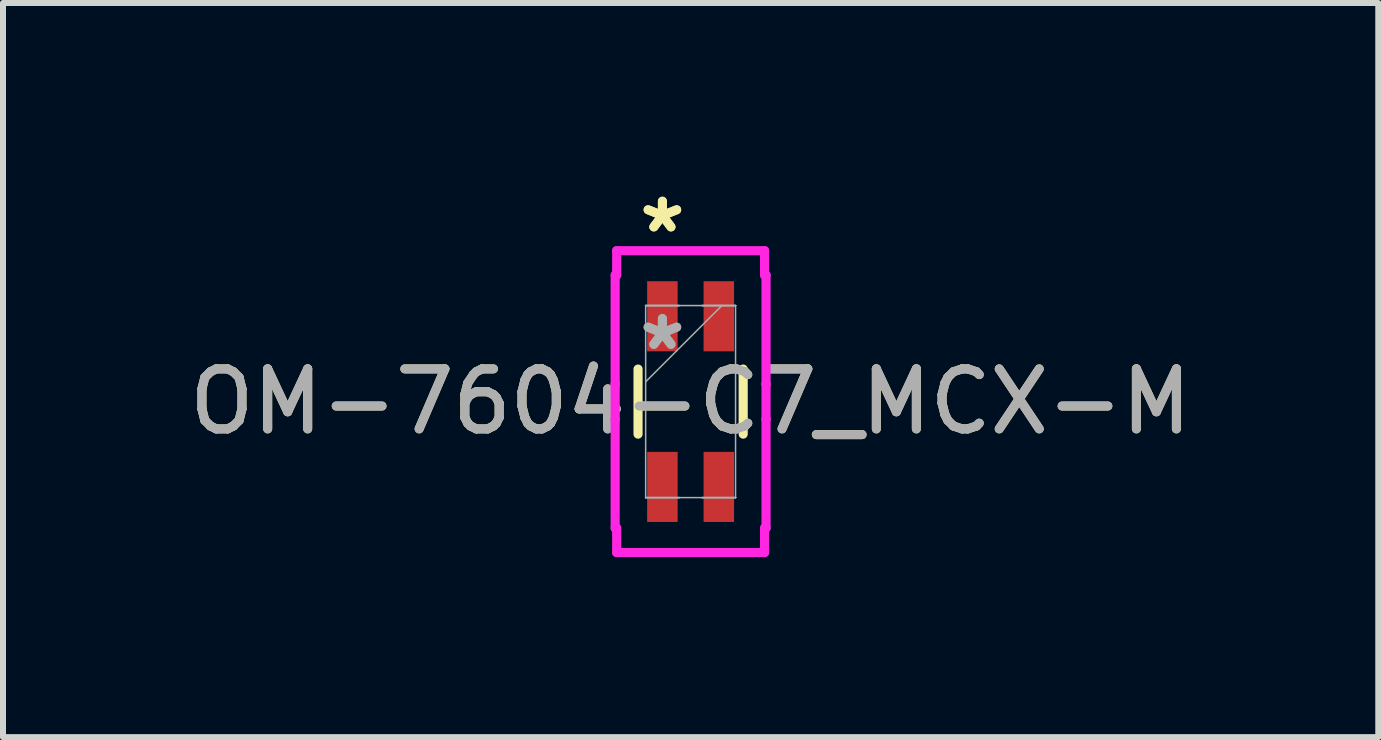
<source format=kicad_pcb>
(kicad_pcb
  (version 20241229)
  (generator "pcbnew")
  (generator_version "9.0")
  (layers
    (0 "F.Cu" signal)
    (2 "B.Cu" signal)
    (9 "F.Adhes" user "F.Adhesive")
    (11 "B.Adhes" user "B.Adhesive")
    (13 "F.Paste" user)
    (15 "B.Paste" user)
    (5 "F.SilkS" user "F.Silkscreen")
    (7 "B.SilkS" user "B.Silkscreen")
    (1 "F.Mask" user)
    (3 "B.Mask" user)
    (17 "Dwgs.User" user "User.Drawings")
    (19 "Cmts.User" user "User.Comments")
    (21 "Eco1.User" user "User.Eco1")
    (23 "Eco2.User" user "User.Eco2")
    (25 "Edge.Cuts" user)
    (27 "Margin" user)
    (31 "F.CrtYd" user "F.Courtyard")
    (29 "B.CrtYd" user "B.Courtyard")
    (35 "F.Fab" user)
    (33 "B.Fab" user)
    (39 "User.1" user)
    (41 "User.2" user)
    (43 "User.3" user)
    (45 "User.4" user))
  (footprint "OM-7604-C7_MCX-M"
    (layer "F.Cu")
    (at 8.458 3.642)
    (property "Reference" "OM-7604-C7_MCX-M" (at 0 0 0) (unlocked yes) (layer "F.SilkS") (effects (font (size 1 1) (thickness 0.15))))
    (attr smd)
    (fp_line (start -0.876 -0.542) (end -0.876 0.542) (stroke (width 0.152) (type solid)) (layer "F.SilkS"))
    (fp_line (start 0.876 0.542) (end 0.876 -0.542) (stroke (width 0.152) (type solid)) (layer "F.SilkS"))
    (fp_line (start -1.257 -2.108) (end -1.232 -2.108) (stroke (width 0.152) (type solid)) (layer "F.CrtYd"))
    (fp_line (start -1.257 -0.292) (end -1.257 -2.108) (stroke (width 0.152) (type solid)) (layer "F.CrtYd"))
    (fp_line (start -1.257 -0.292) (end -1.257 -0.292) (stroke (width 0.152) (type solid)) (layer "F.CrtYd"))
    (fp_line (start -1.257 0.292) (end -1.257 -0.292) (stroke (width 0.152) (type solid)) (layer "F.CrtYd"))
    (fp_line (start -1.257 0.292) (end -1.257 0.292) (stroke (width 0.152) (type solid)) (layer "F.CrtYd"))
    (fp_line (start -1.257 2.108) (end -1.257 0.292) (stroke (width 0.152) (type solid)) (layer "F.CrtYd"))
    (fp_line (start -1.232 -2.515) (end 1.232 -2.515) (stroke (width 0.152) (type solid)) (layer "F.CrtYd"))
    (fp_line (start -1.232 -2.108) (end -1.232 -2.515) (stroke (width 0.152) (type solid)) (layer "F.CrtYd"))
    (fp_line (start -1.232 2.108) (end -1.257 2.108) (stroke (width 0.152) (type solid)) (layer "F.CrtYd"))
    (fp_line (start -1.232 2.515) (end -1.232 2.108) (stroke (width 0.152) (type solid)) (layer "F.CrtYd"))
    (fp_line (start 1.232 -2.515) (end 1.232 -2.108) (stroke (width 0.152) (type solid)) (layer "F.CrtYd"))
    (fp_line (start 1.232 -2.108) (end 1.257 -2.108) (stroke (width 0.152) (type solid)) (layer "F.CrtYd"))
    (fp_line (start 1.232 2.108) (end 1.232 2.515) (stroke (width 0.152) (type solid)) (layer "F.CrtYd"))
    (fp_line (start 1.232 2.515) (end -1.232 2.515) (stroke (width 0.152) (type solid)) (layer "F.CrtYd"))
    (fp_line (start 1.257 -2.108) (end 1.257 -0.292) (stroke (width 0.152) (type solid)) (layer "F.CrtYd"))
    (fp_line (start 1.257 -0.292) (end 1.257 -0.292) (stroke (width 0.152) (type solid)) (layer "F.CrtYd"))
    (fp_line (start 1.257 -0.292) (end 1.257 0.292) (stroke (width 0.152) (type solid)) (layer "F.CrtYd"))
    (fp_line (start 1.257 0.292) (end 1.257 0.292) (stroke (width 0.152) (type solid)) (layer "F.CrtYd"))
    (fp_line (start 1.257 0.292) (end 1.257 2.108) (stroke (width 0.152) (type solid)) (layer "F.CrtYd"))
    (fp_line (start 1.257 2.108) (end 1.232 2.108) (stroke (width 0.152) (type solid)) (layer "F.CrtYd"))
    (fp_line (start -0.749 -1.6) (end -0.749 -1.6) (stroke (width 0.025) (type solid)) (layer "F.Fab"))
    (fp_line (start -0.749 -1.6) (end -0.749 -1.6) (stroke (width 0.025) (type solid)) (layer "F.Fab"))
    (fp_line (start -0.749 -1.6) (end -0.749 1.6) (stroke (width 0.025) (type solid)) (layer "F.Fab"))
    (fp_line (start -0.749 -1.6) (end -0.191 -1.6) (stroke (width 0.025) (type solid)) (layer "F.Fab"))
    (fp_line (start -0.749 -0.33) (end 0.521 -1.6) (stroke (width 0.025) (type solid)) (layer "F.Fab"))
    (fp_line (start -0.749 1.6) (end -0.749 1.6) (stroke (width 0.025) (type solid)) (layer "F.Fab"))
    (fp_line (start -0.749 1.6) (end -0.749 1.6) (stroke (width 0.025) (type solid)) (layer "F.Fab"))
    (fp_line (start -0.749 1.6) (end -0.191 1.6) (stroke (width 0.025) (type solid)) (layer "F.Fab"))
    (fp_line (start -0.749 1.6) (end 0.749 1.6) (stroke (width 0.025) (type solid)) (layer "F.Fab"))
    (fp_line (start -0.191 -1.6) (end -0.749 -1.6) (stroke (width 0.025) (type solid)) (layer "F.Fab"))
    (fp_line (start -0.191 -1.6) (end -0.191 -1.6) (stroke (width 0.025) (type solid)) (layer "F.Fab"))
    (fp_line (start -0.191 1.6) (end -0.749 1.6) (stroke (width 0.025) (type solid)) (layer "F.Fab"))
    (fp_line (start -0.191 1.6) (end -0.191 1.6) (stroke (width 0.025) (type solid)) (layer "F.Fab"))
    (fp_line (start 0.191 -1.6) (end 0.191 -1.6) (stroke (width 0.025) (type solid)) (layer "F.Fab"))
    (fp_line (start 0.191 -1.6) (end 0.749 -1.6) (stroke (width 0.025) (type solid)) (layer "F.Fab"))
    (fp_line (start 0.191 1.6) (end 0.191 1.6) (stroke (width 0.025) (type solid)) (layer "F.Fab"))
    (fp_line (start 0.191 1.6) (end 0.749 1.6) (stroke (width 0.025) (type solid)) (layer "F.Fab"))
    (fp_line (start 0.749 -1.6) (end -0.749 -1.6) (stroke (width 0.025) (type solid)) (layer "F.Fab"))
    (fp_line (start 0.749 -1.6) (end 0.191 -1.6) (stroke (width 0.025) (type solid)) (layer "F.Fab"))
    (fp_line (start 0.749 -1.6) (end 0.749 -1.6) (stroke (width 0.025) (type solid)) (layer "F.Fab"))
    (fp_line (start 0.749 -1.6) (end 0.749 -1.6) (stroke (width 0.025) (type solid)) (layer "F.Fab"))
    (fp_line (start 0.749 1.6) (end 0.191 1.6) (stroke (width 0.025) (type solid)) (layer "F.Fab"))
    (fp_line (start 0.749 1.6) (end 0.749 -1.6) (stroke (width 0.025) (type solid)) (layer "F.Fab"))
    (fp_line (start 0.749 1.6) (end 0.749 1.6) (stroke (width 0.025) (type solid)) (layer "F.Fab"))
    (fp_line (start 0.749 1.6) (end 0.749 1.6) (stroke (width 0.025) (type solid)) (layer "F.Fab"))
    (fp_text user "*" (at -0.47 -2.794 0) (unlocked yes) (layer "F.SilkS") (effects (font (size 1 1) (thickness 0.15))))
    (fp_text user "*" (at -0.47 -2.794 0) (layer "F.SilkS") (effects (font (size 1 1) (thickness 0.15))))
    (fp_text user "*" (at -0.47 -0.838 0) (layer "F.Fab") (effects (font (size 1 1) (thickness 0.15))))
    (fp_text user "*" (at -0.47 -0.838 0) (unlocked yes) (layer "F.Fab") (effects (font (size 1 1) (thickness 0.15))))
    (fp_text user "${REFERENCE}" (at 0 0 0) (unlocked yes) (layer "F.Fab") (effects (font (size 1 1) (thickness 0.15))))
    (pad "1" smd rect (at -0.47 -1.422) (size 0.508 1.168) (layers "F.Cu" "F.Mask" "F.Paste"))
    (pad "2" smd rect (at -0.47 1.422) (size 0.508 1.168) (layers "F.Cu" "F.Mask" "F.Paste"))
    (pad "3" smd rect (at 0.47 1.422) (size 0.508 1.168) (layers "F.Cu" "F.Mask" "F.Paste"))
    (pad "4" smd rect (at 0.47 -1.422) (size 0.508 1.168) (layers "F.Cu" "F.Mask" "F.Paste")))
  (gr_rect
    (start -3 -3)
    (end 19.917 9.233)
    (stroke (width 0.1) (type default))
    (fill no)
    (layer "Edge.Cuts")))
</source>
